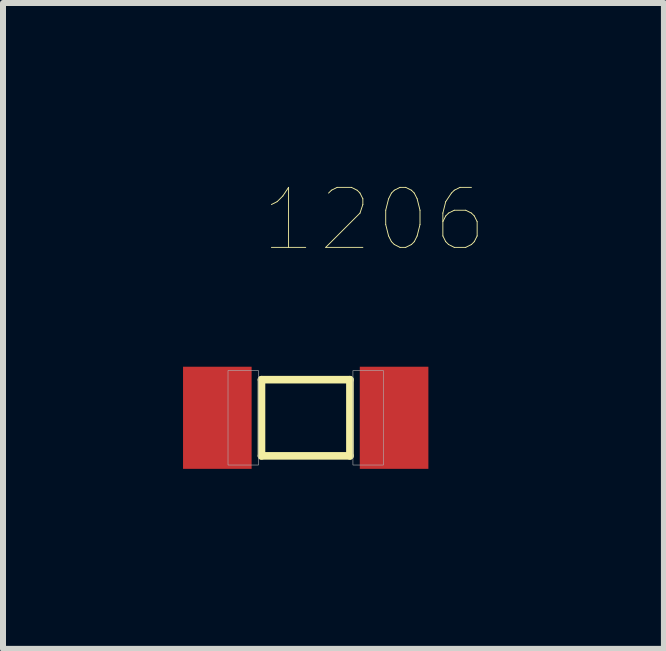
<source format=kicad_pcb>
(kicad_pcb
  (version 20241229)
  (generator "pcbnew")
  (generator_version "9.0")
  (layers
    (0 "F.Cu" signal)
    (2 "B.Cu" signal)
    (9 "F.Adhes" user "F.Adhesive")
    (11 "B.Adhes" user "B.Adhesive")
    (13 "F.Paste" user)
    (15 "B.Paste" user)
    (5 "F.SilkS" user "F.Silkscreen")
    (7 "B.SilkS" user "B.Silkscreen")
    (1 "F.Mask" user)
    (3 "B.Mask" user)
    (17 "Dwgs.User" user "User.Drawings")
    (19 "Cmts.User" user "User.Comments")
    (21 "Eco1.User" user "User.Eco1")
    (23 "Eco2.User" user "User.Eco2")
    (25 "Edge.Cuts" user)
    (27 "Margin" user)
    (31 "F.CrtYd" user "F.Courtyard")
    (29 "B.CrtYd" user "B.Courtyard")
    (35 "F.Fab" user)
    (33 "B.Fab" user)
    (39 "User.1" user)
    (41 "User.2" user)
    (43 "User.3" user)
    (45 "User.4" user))
  (footprint "1206"
    (layer "F.Cu")
    (at 2.045 3.913)
    (property "Reference" "1206" (at 1.143 -3.302 0) (layer "F.SilkS") (effects (font (size 1 1) (thickness 0.015))))
    (attr through_hole)
    (fp_line (start -0.737 -0.635) (end -0.737 0.635) (stroke (width 0.127) (type solid)) (layer "F.SilkS"))
    (fp_line (start -0.737 -0.635) (end 0.737 -0.635) (stroke (width 0.127) (type solid)) (layer "F.SilkS"))
    (fp_line (start -0.737 0.635) (end 0.737 0.635) (stroke (width 0.127) (type solid)) (layer "F.SilkS"))
    (fp_line (start 0.737 -0.635) (end 0.737 0.635) (stroke (width 0.127) (type solid)) (layer "F.SilkS"))
    (fp_poly (pts (xy -1.295 -0.787) (xy -0.787 -0.787) (xy -0.787 0.787) (xy -1.295 0.787)) (stroke (width 0.01) (type solid)) (fill no) (layer "F.Fab"))
    (fp_poly (pts (xy 0.787 -0.787) (xy 1.295 -0.787) (xy 1.295 0.787) (xy 0.787 0.787)) (stroke (width 0.01) (type solid)) (fill no) (layer "F.Fab"))
    (pad "1" smd rect (at -1.473 0) (size 1.143 1.702) (layers "F.Cu" "F.Mask" "F.Paste"))
    (pad "2" smd rect (at 1.473 0) (size 1.143 1.702) (layers "F.Cu" "F.Mask" "F.Paste")))
  (gr_rect
    (start -3 -3)
    (end 8.015 7.764)
    (stroke (width 0.1) (type default))
    (fill no)
    (layer "Edge.Cuts")))
</source>
